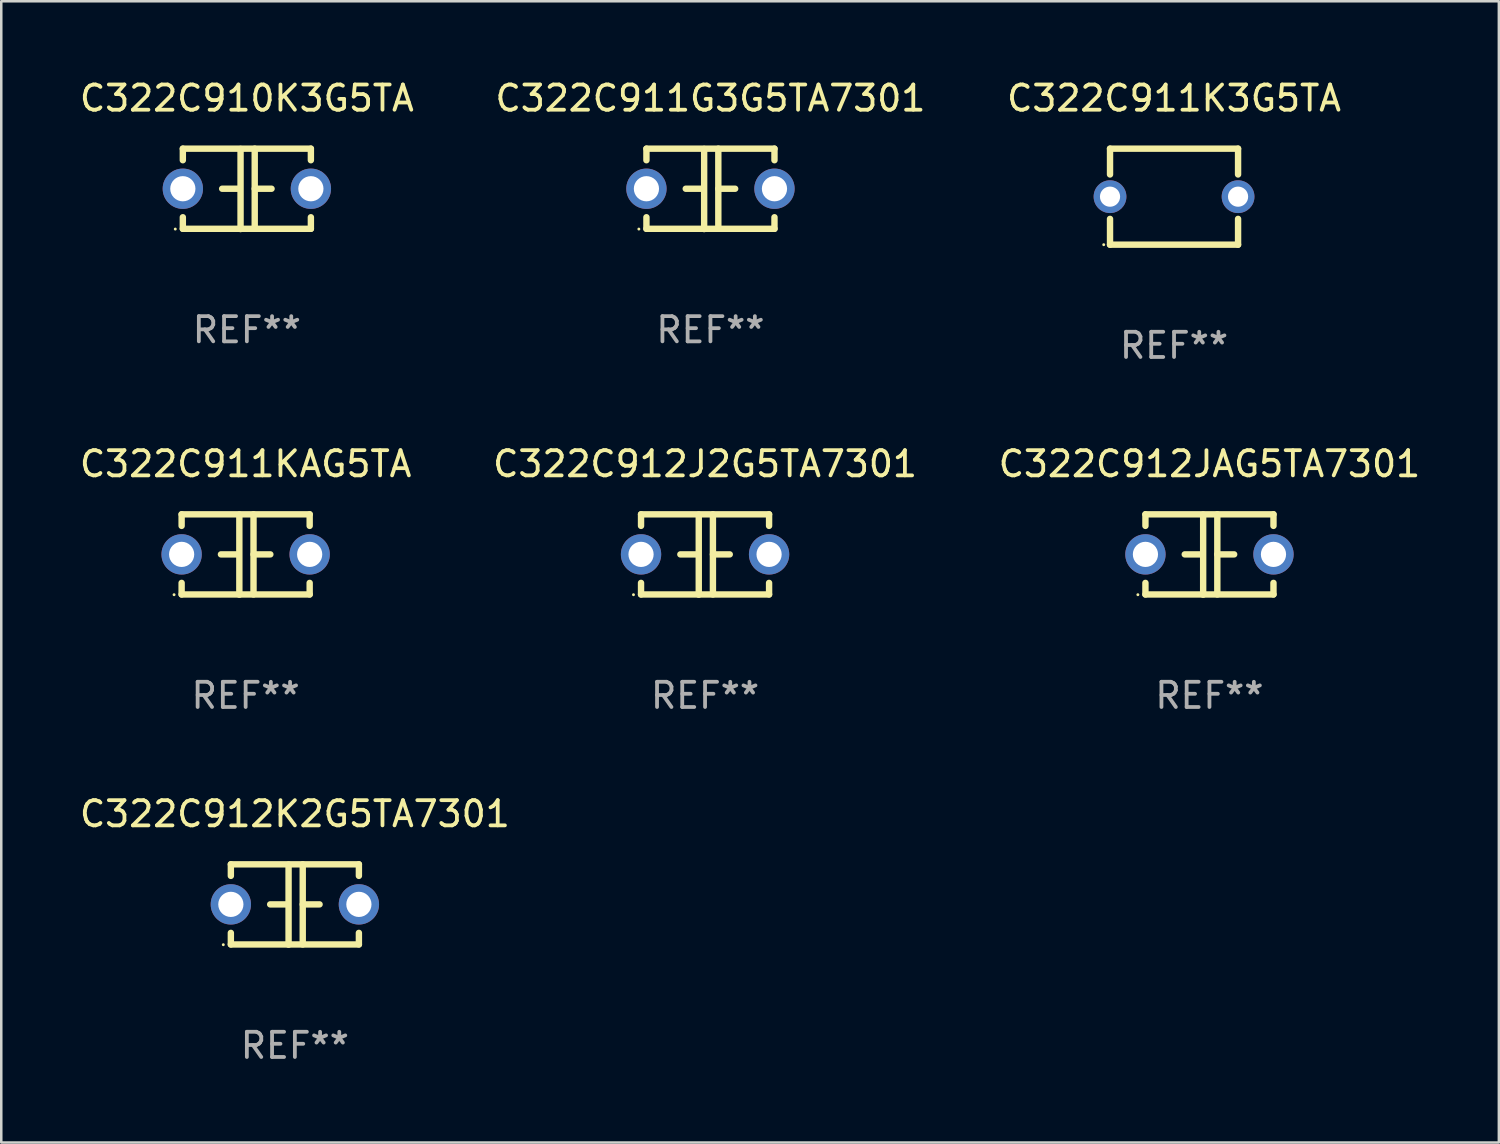
<source format=kicad_pcb>
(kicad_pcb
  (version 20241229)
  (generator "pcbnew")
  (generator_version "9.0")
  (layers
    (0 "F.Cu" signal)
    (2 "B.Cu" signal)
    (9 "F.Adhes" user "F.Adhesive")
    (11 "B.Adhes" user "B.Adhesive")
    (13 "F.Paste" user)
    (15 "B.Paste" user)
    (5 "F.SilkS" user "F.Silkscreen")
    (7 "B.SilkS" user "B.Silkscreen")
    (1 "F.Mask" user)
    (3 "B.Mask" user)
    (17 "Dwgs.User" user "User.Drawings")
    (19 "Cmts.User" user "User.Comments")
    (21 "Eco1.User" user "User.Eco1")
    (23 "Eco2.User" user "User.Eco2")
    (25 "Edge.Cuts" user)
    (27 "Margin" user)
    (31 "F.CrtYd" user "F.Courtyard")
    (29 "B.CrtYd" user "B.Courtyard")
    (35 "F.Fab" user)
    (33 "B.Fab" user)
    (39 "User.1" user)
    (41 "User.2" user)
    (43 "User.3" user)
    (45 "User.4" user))
  (footprint "C322C911G3G5TA7301"
    (layer "F.Cu")
    (at 25.137 4.443)
    (property "Reference" "C322C911G3G5TA7301" (at 0 -3.595 0) (layer "F.SilkS") (effects (font (size 1 1) (thickness 0.15))))
    (attr through_hole)
    (fp_line (start -2.54 -1.595) (end -2.54 -1.136) (stroke (width 0.254) (type solid)) (layer "F.SilkS"))
    (fp_line (start -2.54 -1.595) (end 2.54 -1.595) (stroke (width 0.254) (type solid)) (layer "F.SilkS"))
    (fp_line (start -2.54 1.126) (end -2.54 1.585) (stroke (width 0.254) (type solid)) (layer "F.SilkS"))
    (fp_line (start -0.312 -0.005) (end -0.98 -0.005) (stroke (width 0.254) (type solid)) (layer "F.SilkS"))
    (fp_line (start -0.25 -1.585) (end -0.25 1.595) (stroke (width 0.254) (type solid)) (layer "F.SilkS"))
    (fp_line (start 0.312 -1.595) (end 0.312 1.585) (stroke (width 0.254) (type solid)) (layer "F.SilkS"))
    (fp_line (start 0.312 -0.005) (end 0.98 -0.005) (stroke (width 0.254) (type solid)) (layer "F.SilkS"))
    (fp_line (start 2.54 -1.595) (end 2.54 -1.136) (stroke (width 0.254) (type solid)) (layer "F.SilkS"))
    (fp_line (start 2.54 1.126) (end 2.54 1.585) (stroke (width 0.254) (type solid)) (layer "F.SilkS"))
    (fp_line (start 2.54 1.585) (end -2.54 1.585) (stroke (width 0.254) (type solid)) (layer "F.SilkS"))
    (fp_circle (center -2.84 1.595) (end -2.81 1.595) (stroke (width 0.06) (type solid)) (fill no) (layer "F.SilkS"))
    (fp_text user "REF**" (at 0 5.595 0) (layer "F.Fab") (effects (font (size 1 1) (thickness 0.15))))
    (pad "1" thru_hole circle (at -2.54 -0.005) (size 1.6 1.6) (drill 1) (layers "*.Cu" "*.Mask"))
    (pad "2" thru_hole circle (at 2.54 -0.005) (size 1.6 1.6) (drill 1) (layers "*.Cu" "*.Mask")))
  (footprint "C322C912J2G5TA7301"
    (layer "F.Cu")
    (at 24.923 18.95)
    (property "Reference" "C322C912J2G5TA7301" (at 0 -3.595 0) (layer "F.SilkS") (effects (font (size 1 1) (thickness 0.15))))
    (attr through_hole)
    (fp_line (start -2.54 -1.595) (end -2.54 -1.136) (stroke (width 0.254) (type solid)) (layer "F.SilkS"))
    (fp_line (start -2.54 -1.595) (end 2.54 -1.595) (stroke (width 0.254) (type solid)) (layer "F.SilkS"))
    (fp_line (start -2.54 1.126) (end -2.54 1.585) (stroke (width 0.254) (type solid)) (layer "F.SilkS"))
    (fp_line (start -0.312 -0.005) (end -0.98 -0.005) (stroke (width 0.254) (type solid)) (layer "F.SilkS"))
    (fp_line (start -0.25 -1.585) (end -0.25 1.595) (stroke (width 0.254) (type solid)) (layer "F.SilkS"))
    (fp_line (start 0.312 -1.595) (end 0.312 1.585) (stroke (width 0.254) (type solid)) (layer "F.SilkS"))
    (fp_line (start 0.312 -0.005) (end 0.98 -0.005) (stroke (width 0.254) (type solid)) (layer "F.SilkS"))
    (fp_line (start 2.54 -1.595) (end 2.54 -1.136) (stroke (width 0.254) (type solid)) (layer "F.SilkS"))
    (fp_line (start 2.54 1.126) (end 2.54 1.585) (stroke (width 0.254) (type solid)) (layer "F.SilkS"))
    (fp_line (start 2.54 1.585) (end -2.54 1.585) (stroke (width 0.254) (type solid)) (layer "F.SilkS"))
    (fp_circle (center -2.84 1.595) (end -2.81 1.595) (stroke (width 0.06) (type solid)) (fill no) (layer "F.SilkS"))
    (fp_text user "REF**" (at 0 5.595 0) (layer "F.Fab") (effects (font (size 1 1) (thickness 0.15))))
    (pad "1" thru_hole circle (at -2.54 -0.005) (size 1.6 1.6) (drill 1) (layers "*.Cu" "*.Mask"))
    (pad "2" thru_hole circle (at 2.54 -0.005) (size 1.6 1.6) (drill 1) (layers "*.Cu" "*.Mask")))
  (footprint "C322C911K3G5TA"
    (layer "F.Cu")
    (at 43.53 4.753)
    (property "Reference" "C322C911K3G5TA" (at 0 -3.905 0) (layer "F.SilkS") (effects (font (size 1 1) (thickness 0.15))))
    (attr through_hole)
    (fp_line (start -2.54 -1.905) (end -2.54 -0.881) (stroke (width 0.254) (type solid)) (layer "F.SilkS"))
    (fp_line (start -2.54 0.881) (end -2.54 1.905) (stroke (width 0.254) (type solid)) (layer "F.SilkS"))
    (fp_line (start -2.54 1.905) (end 2.54 1.905) (stroke (width 0.254) (type solid)) (layer "F.SilkS"))
    (fp_line (start 2.54 -1.905) (end -2.54 -1.905) (stroke (width 0.254) (type solid)) (layer "F.SilkS"))
    (fp_line (start 2.54 -0.881) (end 2.54 -1.905) (stroke (width 0.254) (type solid)) (layer "F.SilkS"))
    (fp_line (start 2.54 1.905) (end 2.54 0.881) (stroke (width 0.254) (type solid)) (layer "F.SilkS"))
    (fp_circle (center -2.79 1.905) (end -2.76 1.905) (stroke (width 0.06) (type solid)) (fill no) (layer "F.SilkS"))
    (fp_text user "REF**" (at 0 5.905 0) (layer "F.Fab") (effects (font (size 1 1) (thickness 0.15))))
    (pad "1" thru_hole circle (at -2.54 0) (size 1.3 1.3) (drill 0.8) (layers "*.Cu" "*.Mask"))
    (pad "2" thru_hole circle (at 2.54 0) (size 1.3 1.3) (drill 0.8) (layers "*.Cu" "*.Mask")))
  (footprint "C322C910K3G5TA"
    (layer "F.Cu")
    (at 6.744 4.443)
    (property "Reference" "C322C910K3G5TA" (at 0 -3.595 0) (layer "F.SilkS") (effects (font (size 1 1) (thickness 0.15))))
    (attr through_hole)
    (fp_line (start -2.54 -1.595) (end -2.54 -1.136) (stroke (width 0.254) (type solid)) (layer "F.SilkS"))
    (fp_line (start -2.54 -1.595) (end 2.54 -1.595) (stroke (width 0.254) (type solid)) (layer "F.SilkS"))
    (fp_line (start -2.54 1.126) (end -2.54 1.585) (stroke (width 0.254) (type solid)) (layer "F.SilkS"))
    (fp_line (start -0.312 -0.005) (end -0.98 -0.005) (stroke (width 0.254) (type solid)) (layer "F.SilkS"))
    (fp_line (start -0.25 -1.585) (end -0.25 1.595) (stroke (width 0.254) (type solid)) (layer "F.SilkS"))
    (fp_line (start 0.312 -1.595) (end 0.312 1.585) (stroke (width 0.254) (type solid)) (layer "F.SilkS"))
    (fp_line (start 0.312 -0.005) (end 0.98 -0.005) (stroke (width 0.254) (type solid)) (layer "F.SilkS"))
    (fp_line (start 2.54 -1.595) (end 2.54 -1.136) (stroke (width 0.254) (type solid)) (layer "F.SilkS"))
    (fp_line (start 2.54 1.126) (end 2.54 1.585) (stroke (width 0.254) (type solid)) (layer "F.SilkS"))
    (fp_line (start 2.54 1.585) (end -2.54 1.585) (stroke (width 0.254) (type solid)) (layer "F.SilkS"))
    (fp_circle (center -2.84 1.595) (end -2.81 1.595) (stroke (width 0.06) (type solid)) (fill no) (layer "F.SilkS"))
    (fp_text user "REF**" (at 0 5.595 0) (layer "F.Fab") (effects (font (size 1 1) (thickness 0.15))))
    (pad "1" thru_hole circle (at -2.54 -0.005) (size 1.6 1.6) (drill 1) (layers "*.Cu" "*.Mask"))
    (pad "2" thru_hole circle (at 2.54 -0.005) (size 1.6 1.6) (drill 1) (layers "*.Cu" "*.Mask")))
  (footprint "C322C912K2G5TA7301"
    (layer "F.Cu")
    (at 8.649 32.836)
    (property "Reference" "C322C912K2G5TA7301" (at 0 -3.595 0) (layer "F.SilkS") (effects (font (size 1 1) (thickness 0.15))))
    (attr through_hole)
    (fp_line (start -2.54 -1.595) (end -2.54 -1.136) (stroke (width 0.254) (type solid)) (layer "F.SilkS"))
    (fp_line (start -2.54 -1.595) (end 2.54 -1.595) (stroke (width 0.254) (type solid)) (layer "F.SilkS"))
    (fp_line (start -2.54 1.126) (end -2.54 1.585) (stroke (width 0.254) (type solid)) (layer "F.SilkS"))
    (fp_line (start -0.312 -0.005) (end -0.98 -0.005) (stroke (width 0.254) (type solid)) (layer "F.SilkS"))
    (fp_line (start -0.25 -1.585) (end -0.25 1.595) (stroke (width 0.254) (type solid)) (layer "F.SilkS"))
    (fp_line (start 0.312 -1.595) (end 0.312 1.585) (stroke (width 0.254) (type solid)) (layer "F.SilkS"))
    (fp_line (start 0.312 -0.005) (end 0.98 -0.005) (stroke (width 0.254) (type solid)) (layer "F.SilkS"))
    (fp_line (start 2.54 -1.595) (end 2.54 -1.136) (stroke (width 0.254) (type solid)) (layer "F.SilkS"))
    (fp_line (start 2.54 1.126) (end 2.54 1.585) (stroke (width 0.254) (type solid)) (layer "F.SilkS"))
    (fp_line (start 2.54 1.585) (end -2.54 1.585) (stroke (width 0.254) (type solid)) (layer "F.SilkS"))
    (fp_circle (center -2.84 1.595) (end -2.81 1.595) (stroke (width 0.06) (type solid)) (fill no) (layer "F.SilkS"))
    (fp_text user "REF**" (at 0 5.595 0) (layer "F.Fab") (effects (font (size 1 1) (thickness 0.15))))
    (pad "1" thru_hole circle (at -2.54 -0.005) (size 1.6 1.6) (drill 1) (layers "*.Cu" "*.Mask"))
    (pad "2" thru_hole circle (at 2.54 -0.005) (size 1.6 1.6) (drill 1) (layers "*.Cu" "*.Mask")))
  (footprint "C322C912JAG5TA7301"
    (layer "F.Cu")
    (at 44.935 18.95)
    (property "Reference" "C322C912JAG5TA7301" (at 0 -3.595 0) (layer "F.SilkS") (effects (font (size 1 1) (thickness 0.15))))
    (attr through_hole)
    (fp_line (start -2.54 -1.595) (end -2.54 -1.136) (stroke (width 0.254) (type solid)) (layer "F.SilkS"))
    (fp_line (start -2.54 -1.595) (end 2.54 -1.595) (stroke (width 0.254) (type solid)) (layer "F.SilkS"))
    (fp_line (start -2.54 1.126) (end -2.54 1.585) (stroke (width 0.254) (type solid)) (layer "F.SilkS"))
    (fp_line (start -0.312 -0.005) (end -0.98 -0.005) (stroke (width 0.254) (type solid)) (layer "F.SilkS"))
    (fp_line (start -0.25 -1.585) (end -0.25 1.595) (stroke (width 0.254) (type solid)) (layer "F.SilkS"))
    (fp_line (start 0.312 -1.595) (end 0.312 1.585) (stroke (width 0.254) (type solid)) (layer "F.SilkS"))
    (fp_line (start 0.312 -0.005) (end 0.98 -0.005) (stroke (width 0.254) (type solid)) (layer "F.SilkS"))
    (fp_line (start 2.54 -1.595) (end 2.54 -1.136) (stroke (width 0.254) (type solid)) (layer "F.SilkS"))
    (fp_line (start 2.54 1.126) (end 2.54 1.585) (stroke (width 0.254) (type solid)) (layer "F.SilkS"))
    (fp_line (start 2.54 1.585) (end -2.54 1.585) (stroke (width 0.254) (type solid)) (layer "F.SilkS"))
    (fp_circle (center -2.84 1.595) (end -2.81 1.595) (stroke (width 0.06) (type solid)) (fill no) (layer "F.SilkS"))
    (fp_text user "REF**" (at 0 5.595 0) (layer "F.Fab") (effects (font (size 1 1) (thickness 0.15))))
    (pad "1" thru_hole circle (at -2.54 -0.005) (size 1.6 1.6) (drill 1) (layers "*.Cu" "*.Mask"))
    (pad "2" thru_hole circle (at 2.54 -0.005) (size 1.6 1.6) (drill 1) (layers "*.Cu" "*.Mask")))
  (footprint "C322C911KAG5TA"
    (layer "F.Cu")
    (at 6.696 18.95)
    (property "Reference" "C322C911KAG5TA" (at 0 -3.595 0) (layer "F.SilkS") (effects (font (size 1 1) (thickness 0.15))))
    (attr through_hole)
    (fp_line (start -2.54 -1.595) (end -2.54 -1.136) (stroke (width 0.254) (type solid)) (layer "F.SilkS"))
    (fp_line (start -2.54 -1.595) (end 2.54 -1.595) (stroke (width 0.254) (type solid)) (layer "F.SilkS"))
    (fp_line (start -2.54 1.126) (end -2.54 1.585) (stroke (width 0.254) (type solid)) (layer "F.SilkS"))
    (fp_line (start -0.312 -0.005) (end -0.98 -0.005) (stroke (width 0.254) (type solid)) (layer "F.SilkS"))
    (fp_line (start -0.25 -1.585) (end -0.25 1.595) (stroke (width 0.254) (type solid)) (layer "F.SilkS"))
    (fp_line (start 0.312 -1.595) (end 0.312 1.585) (stroke (width 0.254) (type solid)) (layer "F.SilkS"))
    (fp_line (start 0.312 -0.005) (end 0.98 -0.005) (stroke (width 0.254) (type solid)) (layer "F.SilkS"))
    (fp_line (start 2.54 -1.595) (end 2.54 -1.136) (stroke (width 0.254) (type solid)) (layer "F.SilkS"))
    (fp_line (start 2.54 1.126) (end 2.54 1.585) (stroke (width 0.254) (type solid)) (layer "F.SilkS"))
    (fp_line (start 2.54 1.585) (end -2.54 1.585) (stroke (width 0.254) (type solid)) (layer "F.SilkS"))
    (fp_circle (center -2.84 1.595) (end -2.81 1.595) (stroke (width 0.06) (type solid)) (fill no) (layer "F.SilkS"))
    (fp_text user "REF**" (at 0 5.595 0) (layer "F.Fab") (effects (font (size 1 1) (thickness 0.15))))
    (pad "1" thru_hole circle (at -2.54 -0.005) (size 1.6 1.6) (drill 1) (layers "*.Cu" "*.Mask"))
    (pad "2" thru_hole circle (at 2.54 -0.005) (size 1.6 1.6) (drill 1) (layers "*.Cu" "*.Mask")))
  (gr_rect
    (start -3 -3)
    (end 56.417 42.279)
    (stroke (width 0.1) (type default))
    (fill no)
    (layer "Edge.Cuts")))
</source>
